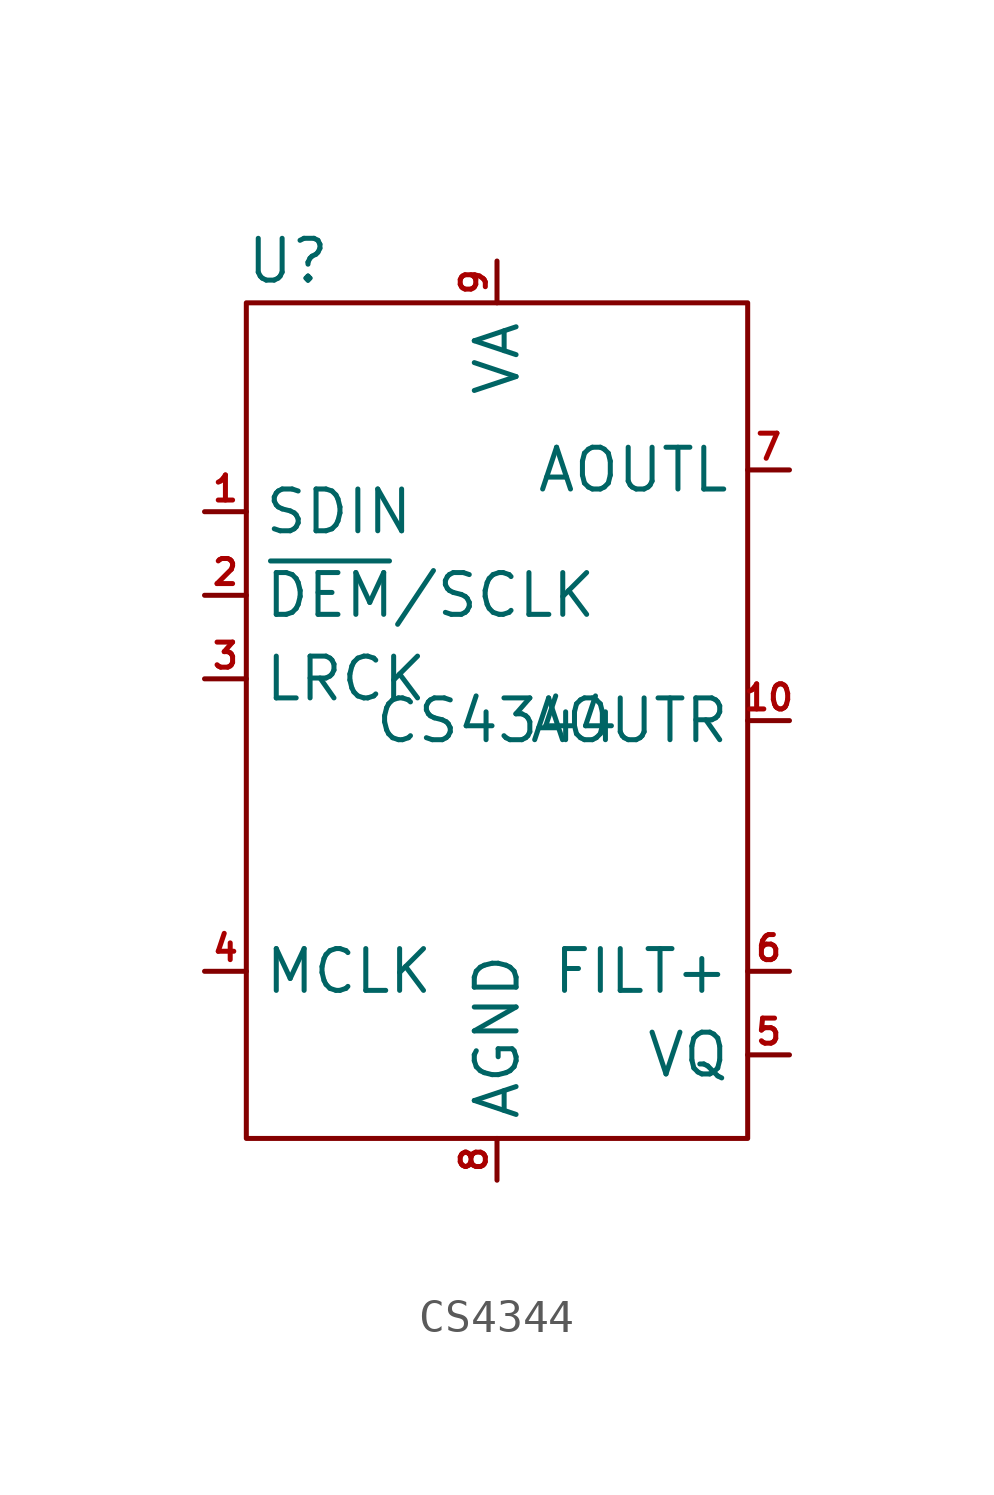
<source format=kicad_sym>
(kicad_symbol_lib
  (version 20220914)
  (generator kicad_symbol_editor)
  (symbol "CS4344"
    (property "Reference" "U"
      (at -6.35 13.97 0)
      (effects (font (size 1.27 1.27))))
    (property "Value" "CS4344"
      (at 0 0 0)
      (effects (font (size 1.27 1.27))))
    (symbol "CS4344_0_1"
      (rectangle (start -7.62 12.7) (end 7.62 -12.7) (stroke (width 0) (type default)) (fill (type none))))
    (symbol "CS4344_1_1"
      (pin input line (at -8.89 6.35 0) (length 1.27) (name "SDIN" (effects (font (size 1.27 1.27)))) (number "1" (effects (font (size 0.762 0.762)))))
      (pin input line (at 8.89 0 180) (length 1.27) (name "AOUTR" (effects (font (size 1.27 1.27)))) (number "10" (effects (font (size 0.762 0.762)))))
      (pin input line (at -8.89 3.81 0) (length 1.27) (name "~{DEM}/SCLK" (effects (font (size 1.27 1.27)))) (number "2" (effects (font (size 0.762 0.762)))))
      (pin input line (at -8.89 1.27 0) (length 1.27) (name "LRCK" (effects (font (size 1.27 1.27)))) (number "3" (effects (font (size 0.762 0.762)))))
      (pin input line (at -8.89 -7.62 0) (length 1.27) (name "MCLK" (effects (font (size 1.27 1.27)))) (number "4" (effects (font (size 0.762 0.762)))))
      (pin input line (at 8.89 -10.16 180) (length 1.27) (name "VQ" (effects (font (size 1.27 1.27)))) (number "5" (effects (font (size 0.762 0.762)))))
      (pin input line (at 8.89 -7.62 180) (length 1.27) (name "FILT+" (effects (font (size 1.27 1.27)))) (number "6" (effects (font (size 0.762 0.762)))))
      (pin input line (at 8.89 7.62 180) (length 1.27) (name "AOUTL" (effects (font (size 1.27 1.27)))) (number "7" (effects (font (size 0.762 0.762)))))
      (pin output line (at 0 -13.97 90) (length 1.27) (name "AGND" (effects (font (size 1.27 1.27)))) (number "8" (effects (font (size 0.762 0.762)))))
      (pin output line (at 0 13.97 270) (length 1.27) (name "VA" (effects (font (size 1.27 1.27)))) (number "9" (effects (font (size 0.762 0.762))))))))
</source>
